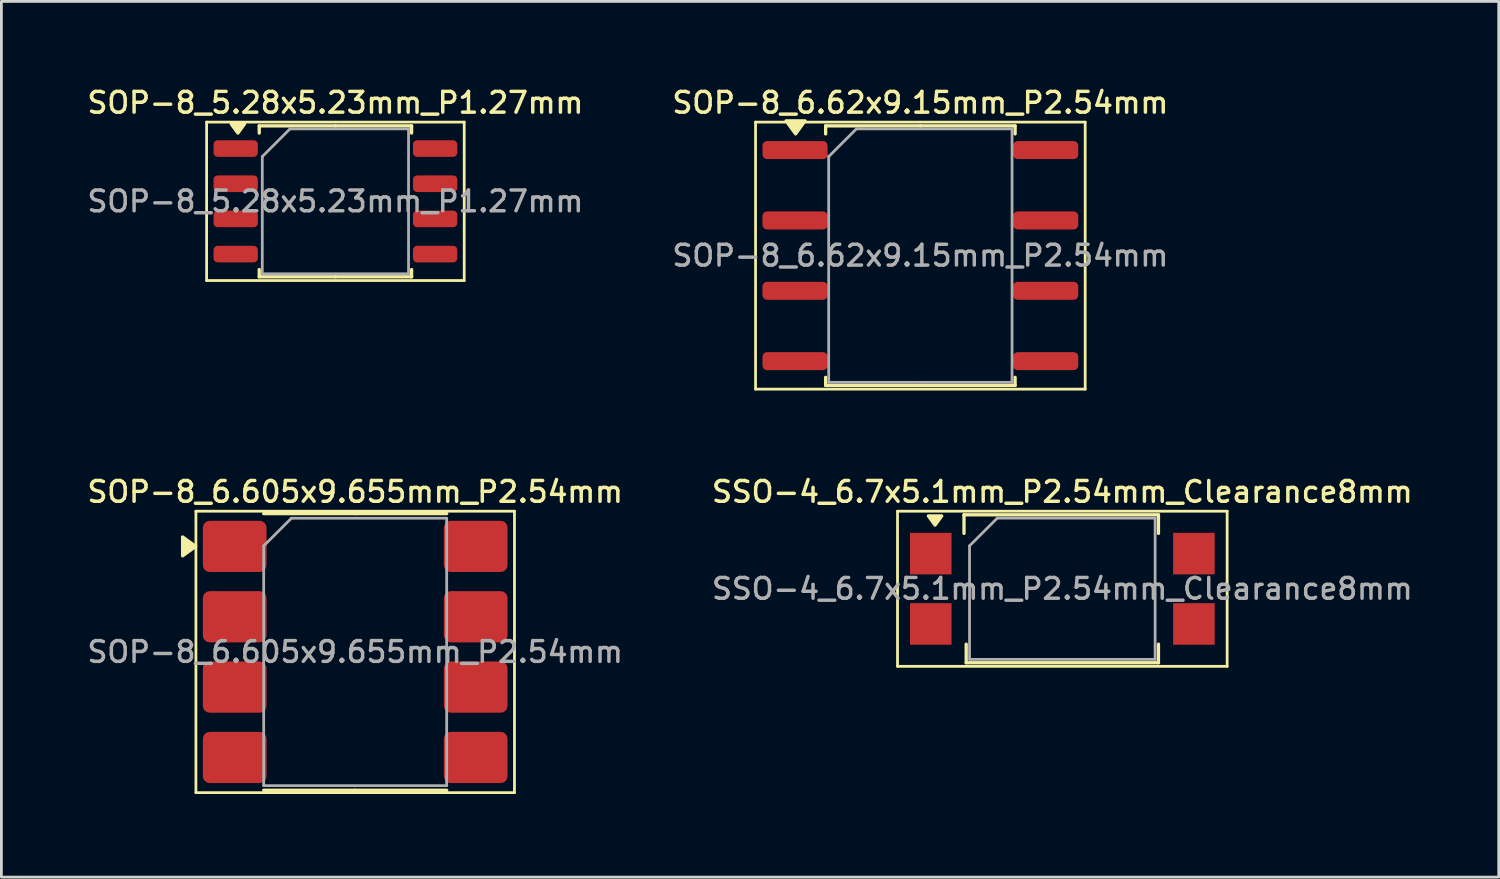
<source format=kicad_pcb>
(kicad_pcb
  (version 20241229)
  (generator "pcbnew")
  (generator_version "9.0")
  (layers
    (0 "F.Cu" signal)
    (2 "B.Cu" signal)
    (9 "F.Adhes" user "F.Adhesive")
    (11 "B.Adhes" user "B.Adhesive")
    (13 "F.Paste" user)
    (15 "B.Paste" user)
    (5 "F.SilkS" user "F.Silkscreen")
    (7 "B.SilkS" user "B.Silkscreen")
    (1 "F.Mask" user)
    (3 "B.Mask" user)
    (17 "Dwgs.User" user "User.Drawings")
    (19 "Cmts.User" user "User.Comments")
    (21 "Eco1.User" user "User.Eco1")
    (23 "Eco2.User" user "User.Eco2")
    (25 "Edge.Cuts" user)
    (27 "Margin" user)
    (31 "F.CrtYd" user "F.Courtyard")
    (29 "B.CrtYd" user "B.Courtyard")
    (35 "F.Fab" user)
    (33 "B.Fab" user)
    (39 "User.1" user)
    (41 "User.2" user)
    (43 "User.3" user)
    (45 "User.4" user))
  (footprint "SOP-8_5.28x5.23mm_P1.27mm"
    (layer "F.Cu")
    (at 9.059 4.218)
    (property "Reference" "SOP-8_5.28x5.23mm_P1.27mm" (at 0 -3.56 0) (layer "F.SilkS") (effects (font (size 0.75 0.75) (thickness 0.125))))
    (attr smd)
    (fp_line (start -4.65 -2.86) (end -4.65 2.86) (stroke (width 0.1) (type solid)) (layer "F.SilkS"))
    (fp_line (start -4.65 2.86) (end 4.65 2.86) (stroke (width 0.1) (type solid)) (layer "F.SilkS"))
    (fp_line (start -2.75 -2.725) (end -2.75 -2.465) (stroke (width 0.12) (type solid)) (layer "F.SilkS"))
    (fp_line (start -2.75 2.725) (end -2.75 2.465) (stroke (width 0.12) (type solid)) (layer "F.SilkS"))
    (fp_line (start 0 -2.725) (end -2.75 -2.725) (stroke (width 0.12) (type solid)) (layer "F.SilkS"))
    (fp_line (start 0 -2.725) (end 2.75 -2.725) (stroke (width 0.12) (type solid)) (layer "F.SilkS"))
    (fp_line (start 0 2.725) (end -2.75 2.725) (stroke (width 0.12) (type solid)) (layer "F.SilkS"))
    (fp_line (start 0 2.725) (end 2.75 2.725) (stroke (width 0.12) (type solid)) (layer "F.SilkS"))
    (fp_line (start 2.75 -2.725) (end 2.75 -2.465) (stroke (width 0.12) (type solid)) (layer "F.SilkS"))
    (fp_line (start 2.75 2.725) (end 2.75 2.465) (stroke (width 0.12) (type solid)) (layer "F.SilkS"))
    (fp_line (start 4.65 -2.86) (end -4.65 -2.86) (stroke (width 0.1) (type solid)) (layer "F.SilkS"))
    (fp_line (start 4.65 2.86) (end 4.65 -2.86) (stroke (width 0.1) (type solid)) (layer "F.SilkS"))
    (fp_poly (pts (xy -3.52 -2.465) (xy -3.76 -2.795) (xy -3.28 -2.795) (xy -3.52 -2.465)) (stroke (width 0.12) (type solid)) (fill yes) (layer "F.SilkS"))
    (fp_line (start -2.64 -1.615) (end -1.64 -2.615) (stroke (width 0.1) (type solid)) (layer "F.Fab"))
    (fp_line (start -2.64 2.615) (end -2.64 -1.615) (stroke (width 0.1) (type solid)) (layer "F.Fab"))
    (fp_line (start -1.64 -2.615) (end 2.64 -2.615) (stroke (width 0.1) (type solid)) (layer "F.Fab"))
    (fp_line (start 2.64 -2.615) (end 2.64 2.615) (stroke (width 0.1) (type solid)) (layer "F.Fab"))
    (fp_line (start 2.64 2.615) (end -2.64 2.615) (stroke (width 0.1) (type solid)) (layer "F.Fab"))
    (fp_text user "${REFERENCE}" (at 0 0 0) (layer "F.Fab") (effects (font (size 0.75 0.75) (thickness 0.125))))
    (pad "1" smd roundrect (at -3.6 -1.905) (size 1.6 0.6) (layers "F.Cu" "F.Mask" "F.Paste") (roundrect_rratio 0.25))
    (pad "2" smd roundrect (at -3.6 -0.635) (size 1.6 0.6) (layers "F.Cu" "F.Mask" "F.Paste") (roundrect_rratio 0.25))
    (pad "3" smd roundrect (at -3.6 0.635) (size 1.6 0.6) (layers "F.Cu" "F.Mask" "F.Paste") (roundrect_rratio 0.25))
    (pad "4" smd roundrect (at -3.6 1.905) (size 1.6 0.6) (layers "F.Cu" "F.Mask" "F.Paste") (roundrect_rratio 0.25))
    (pad "5" smd roundrect (at 3.6 1.905) (size 1.6 0.6) (layers "F.Cu" "F.Mask" "F.Paste") (roundrect_rratio 0.25))
    (pad "6" smd roundrect (at 3.6 0.635) (size 1.6 0.6) (layers "F.Cu" "F.Mask" "F.Paste") (roundrect_rratio 0.25))
    (pad "7" smd roundrect (at 3.6 -0.635) (size 1.6 0.6) (layers "F.Cu" "F.Mask" "F.Paste") (roundrect_rratio 0.25))
    (pad "8" smd roundrect (at 3.6 -1.905) (size 1.6 0.6) (layers "F.Cu" "F.Mask" "F.Paste") (roundrect_rratio 0.25)))
  (footprint "SOP-8_6.62x9.15mm_P2.54mm"
    (layer "F.Cu")
    (at 30.177 6.178)
    (property "Reference" "SOP-8_6.62x9.15mm_P2.54mm" (at 0 -5.52 0) (layer "F.SilkS") (effects (font (size 0.75 0.75) (thickness 0.125))))
    (attr smd)
    (fp_line (start -5.95 -4.82) (end -5.95 4.82) (stroke (width 0.1) (type solid)) (layer "F.SilkS"))
    (fp_line (start -5.95 4.82) (end 5.95 4.82) (stroke (width 0.1) (type solid)) (layer "F.SilkS"))
    (fp_line (start -3.42 -4.685) (end -3.42 -4.395) (stroke (width 0.12) (type solid)) (layer "F.SilkS"))
    (fp_line (start -3.42 4.685) (end -3.42 4.395) (stroke (width 0.12) (type solid)) (layer "F.SilkS"))
    (fp_line (start 0 -4.685) (end -3.42 -4.685) (stroke (width 0.12) (type solid)) (layer "F.SilkS"))
    (fp_line (start 0 -4.685) (end 3.42 -4.685) (stroke (width 0.12) (type solid)) (layer "F.SilkS"))
    (fp_line (start 0 4.685) (end -3.42 4.685) (stroke (width 0.12) (type solid)) (layer "F.SilkS"))
    (fp_line (start 0 4.685) (end 3.42 4.685) (stroke (width 0.12) (type solid)) (layer "F.SilkS"))
    (fp_line (start 3.42 -4.685) (end 3.42 -4.395) (stroke (width 0.12) (type solid)) (layer "F.SilkS"))
    (fp_line (start 3.42 4.685) (end 3.42 4.395) (stroke (width 0.12) (type solid)) (layer "F.SilkS"))
    (fp_line (start 5.95 -4.82) (end -5.95 -4.82) (stroke (width 0.1) (type solid)) (layer "F.SilkS"))
    (fp_line (start 5.95 4.82) (end 5.95 -4.82) (stroke (width 0.1) (type solid)) (layer "F.SilkS"))
    (fp_poly (pts (xy -4.505 -4.395) (xy -4.845 -4.865) (xy -4.165 -4.865) (xy -4.505 -4.395)) (stroke (width 0.12) (type solid)) (fill yes) (layer "F.SilkS"))
    (fp_line (start -3.31 -3.575) (end -2.31 -4.575) (stroke (width 0.1) (type solid)) (layer "F.Fab"))
    (fp_line (start -3.31 4.575) (end -3.31 -3.575) (stroke (width 0.1) (type solid)) (layer "F.Fab"))
    (fp_line (start -2.31 -4.575) (end 3.31 -4.575) (stroke (width 0.1) (type solid)) (layer "F.Fab"))
    (fp_line (start 3.31 -4.575) (end 3.31 4.575) (stroke (width 0.1) (type solid)) (layer "F.Fab"))
    (fp_line (start 3.31 4.575) (end -3.31 4.575) (stroke (width 0.1) (type solid)) (layer "F.Fab"))
    (fp_text user "${REFERENCE}" (at 0 0 0) (layer "F.Fab") (effects (font (size 0.75 0.75) (thickness 0.125))))
    (pad "1" smd roundrect (at -4.525 -3.81) (size 2.35 0.65) (layers "F.Cu" "F.Mask" "F.Paste") (roundrect_rratio 0.25))
    (pad "2" smd roundrect (at -4.525 -1.27) (size 2.35 0.65) (layers "F.Cu" "F.Mask" "F.Paste") (roundrect_rratio 0.25))
    (pad "3" smd roundrect (at -4.525 1.27) (size 2.35 0.65) (layers "F.Cu" "F.Mask" "F.Paste") (roundrect_rratio 0.25))
    (pad "4" smd roundrect (at -4.525 3.81) (size 2.35 0.65) (layers "F.Cu" "F.Mask" "F.Paste") (roundrect_rratio 0.25))
    (pad "5" smd roundrect (at 4.525 3.81) (size 2.35 0.65) (layers "F.Cu" "F.Mask" "F.Paste") (roundrect_rratio 0.25))
    (pad "6" smd roundrect (at 4.525 1.27) (size 2.35 0.65) (layers "F.Cu" "F.Mask" "F.Paste") (roundrect_rratio 0.25))
    (pad "7" smd roundrect (at 4.525 -1.27) (size 2.35 0.65) (layers "F.Cu" "F.Mask" "F.Paste") (roundrect_rratio 0.25))
    (pad "8" smd roundrect (at 4.525 -3.81) (size 2.35 0.65) (layers "F.Cu" "F.Mask" "F.Paste") (roundrect_rratio 0.25)))
  (footprint "SSO-4_6.7x5.1mm_P2.54mm_Clearance8mm"
    (layer "F.Cu")
    (at 35.302 18.206)
    (property "Reference" "SSO-4_6.7x5.1mm_P2.54mm_Clearance8mm" (at 0 -3.5 0) (layer "F.SilkS") (effects (font (size 0.75 0.75) (thickness 0.125))))
    (attr smd)
    (fp_line (start -5.95 -2.8) (end -5.95 2.8) (stroke (width 0.1) (type solid)) (layer "F.SilkS"))
    (fp_line (start -5.95 -2.8) (end 5.95 -2.8) (stroke (width 0.1) (type solid)) (layer "F.SilkS"))
    (fp_line (start -3.55 -2.67) (end -3.55 -2) (stroke (width 0.12) (type solid)) (layer "F.SilkS"))
    (fp_line (start -3.47 2) (end -3.47 2.67) (stroke (width 0.12) (type solid)) (layer "F.SilkS"))
    (fp_line (start -3.47 2.67) (end 3.47 2.67) (stroke (width 0.12) (type solid)) (layer "F.SilkS"))
    (fp_line (start 3.47 -2.67) (end -3.55 -2.67) (stroke (width 0.12) (type solid)) (layer "F.SilkS"))
    (fp_line (start 3.47 -2.67) (end 3.47 -2) (stroke (width 0.12) (type solid)) (layer "F.SilkS"))
    (fp_line (start 3.47 2) (end 3.47 2.67) (stroke (width 0.12) (type solid)) (layer "F.SilkS"))
    (fp_line (start 5.95 2.8) (end -5.95 2.8) (stroke (width 0.1) (type solid)) (layer "F.SilkS"))
    (fp_line (start 5.95 2.8) (end 5.95 -2.8) (stroke (width 0.1) (type solid)) (layer "F.SilkS"))
    (fp_poly (pts (xy -4.595 -2.3) (xy -4.835 -2.63) (xy -4.355 -2.63) (xy -4.595 -2.3)) (stroke (width 0.12) (type solid)) (fill yes) (layer "F.SilkS"))
    (fp_line (start -3.35 2.55) (end -3.35 -1.55) (stroke (width 0.1) (type solid)) (layer "F.Fab"))
    (fp_line (start -2.35 -2.55) (end -3.35 -1.55) (stroke (width 0.1) (type solid)) (layer "F.Fab"))
    (fp_line (start 3.35 -2.55) (end -2.35 -2.55) (stroke (width 0.1) (type solid)) (layer "F.Fab"))
    (fp_line (start 3.35 -2.55) (end 3.35 2.55) (stroke (width 0.1) (type solid)) (layer "F.Fab"))
    (fp_line (start 3.35 2.55) (end -3.35 2.55) (stroke (width 0.1) (type solid)) (layer "F.Fab"))
    (fp_text user "${REFERENCE}" (at 0 0 0) (layer "F.Fab") (effects (font (size 0.75 0.75) (thickness 0.125))))
    (pad "1" smd rect (at -4.75 -1.27) (size 1.5 1.5) (layers "F.Cu" "F.Mask" "F.Paste"))
    (pad "2" smd rect (at -4.75 1.27) (size 1.5 1.5) (layers "F.Cu" "F.Mask" "F.Paste"))
    (pad "3" smd rect (at 4.75 1.27) (size 1.5 1.5) (layers "F.Cu" "F.Mask" "F.Paste"))
    (pad "4" smd rect (at 4.75 -1.27) (size 1.5 1.5) (layers "F.Cu" "F.Mask" "F.Paste")))
  (footprint "SOP-8_6.605x9.655mm_P2.54mm"
    (layer "F.Cu")
    (at 9.773 20.486)
    (property "Reference" "SOP-8_6.605x9.655mm_P2.54mm" (at 0 -5.78 0) (layer "F.SilkS") (effects (font (size 0.75 0.75) (thickness 0.125))))
    (attr smd)
    (fp_line (start -5.75 -5.08) (end -5.75 5.08) (stroke (width 0.1) (type solid)) (layer "F.SilkS"))
    (fp_line (start -5.75 5.08) (end 5.75 5.08) (stroke (width 0.1) (type solid)) (layer "F.SilkS"))
    (fp_line (start 0 -4.995) (end -3.303 -4.995) (stroke (width 0.12) (type solid)) (layer "F.SilkS"))
    (fp_line (start 0 -4.995) (end 3.303 -4.995) (stroke (width 0.12) (type solid)) (layer "F.SilkS"))
    (fp_line (start 0 4.995) (end -3.303 4.995) (stroke (width 0.12) (type solid)) (layer "F.SilkS"))
    (fp_line (start 0 4.995) (end 3.303 4.995) (stroke (width 0.12) (type solid)) (layer "F.SilkS"))
    (fp_line (start 5.75 -5.08) (end -5.75 -5.08) (stroke (width 0.1) (type solid)) (layer "F.SilkS"))
    (fp_line (start 5.75 5.08) (end 5.75 -5.08) (stroke (width 0.1) (type solid)) (layer "F.SilkS"))
    (fp_poly (pts (xy -5.76 -3.81) (xy -6.23 -4.15) (xy -6.23 -3.47) (xy -5.76 -3.81)) (stroke (width 0.12) (type solid)) (fill yes) (layer "F.SilkS"))
    (fp_line (start -3.303 -3.828) (end -2.303 -4.827) (stroke (width 0.1) (type solid)) (layer "F.Fab"))
    (fp_line (start -3.303 4.827) (end -3.303 -3.828) (stroke (width 0.1) (type solid)) (layer "F.Fab"))
    (fp_line (start -2.303 -4.827) (end 3.303 -4.827) (stroke (width 0.1) (type solid)) (layer "F.Fab"))
    (fp_line (start 3.303 -4.827) (end 3.303 4.827) (stroke (width 0.1) (type solid)) (layer "F.Fab"))
    (fp_line (start 3.303 4.827) (end -3.303 4.827) (stroke (width 0.1) (type solid)) (layer "F.Fab"))
    (fp_text user "${REFERENCE}" (at 0 0 0) (layer "F.Fab") (effects (font (size 0.75 0.75) (thickness 0.125))))
    (pad "1" smd roundrect (at -4.35 -3.81) (size 2.3 1.85) (layers "F.Cu" "F.Mask" "F.Paste") (roundrect_rratio 0.135))
    (pad "2" smd roundrect (at -4.35 -1.27) (size 2.3 1.85) (layers "F.Cu" "F.Mask" "F.Paste") (roundrect_rratio 0.135))
    (pad "3" smd roundrect (at -4.35 1.27) (size 2.3 1.85) (layers "F.Cu" "F.Mask" "F.Paste") (roundrect_rratio 0.135))
    (pad "4" smd roundrect (at -4.35 3.81) (size 2.3 1.85) (layers "F.Cu" "F.Mask" "F.Paste") (roundrect_rratio 0.135))
    (pad "5" smd roundrect (at 4.35 3.81) (size 2.3 1.85) (layers "F.Cu" "F.Mask" "F.Paste") (roundrect_rratio 0.135))
    (pad "6" smd roundrect (at 4.35 1.27) (size 2.3 1.85) (layers "F.Cu" "F.Mask" "F.Paste") (roundrect_rratio 0.135))
    (pad "7" smd roundrect (at 4.35 -1.27) (size 2.3 1.85) (layers "F.Cu" "F.Mask" "F.Paste") (roundrect_rratio 0.135))
    (pad "8" smd roundrect (at 4.35 -3.81) (size 2.3 1.85) (layers "F.Cu" "F.Mask" "F.Paste") (roundrect_rratio 0.135)))
  (gr_rect
    (start -3 -3)
    (end 51.057 28.616)
    (stroke (width 0.1) (type default))
    (fill no)
    (layer "Edge.Cuts")))
</source>
